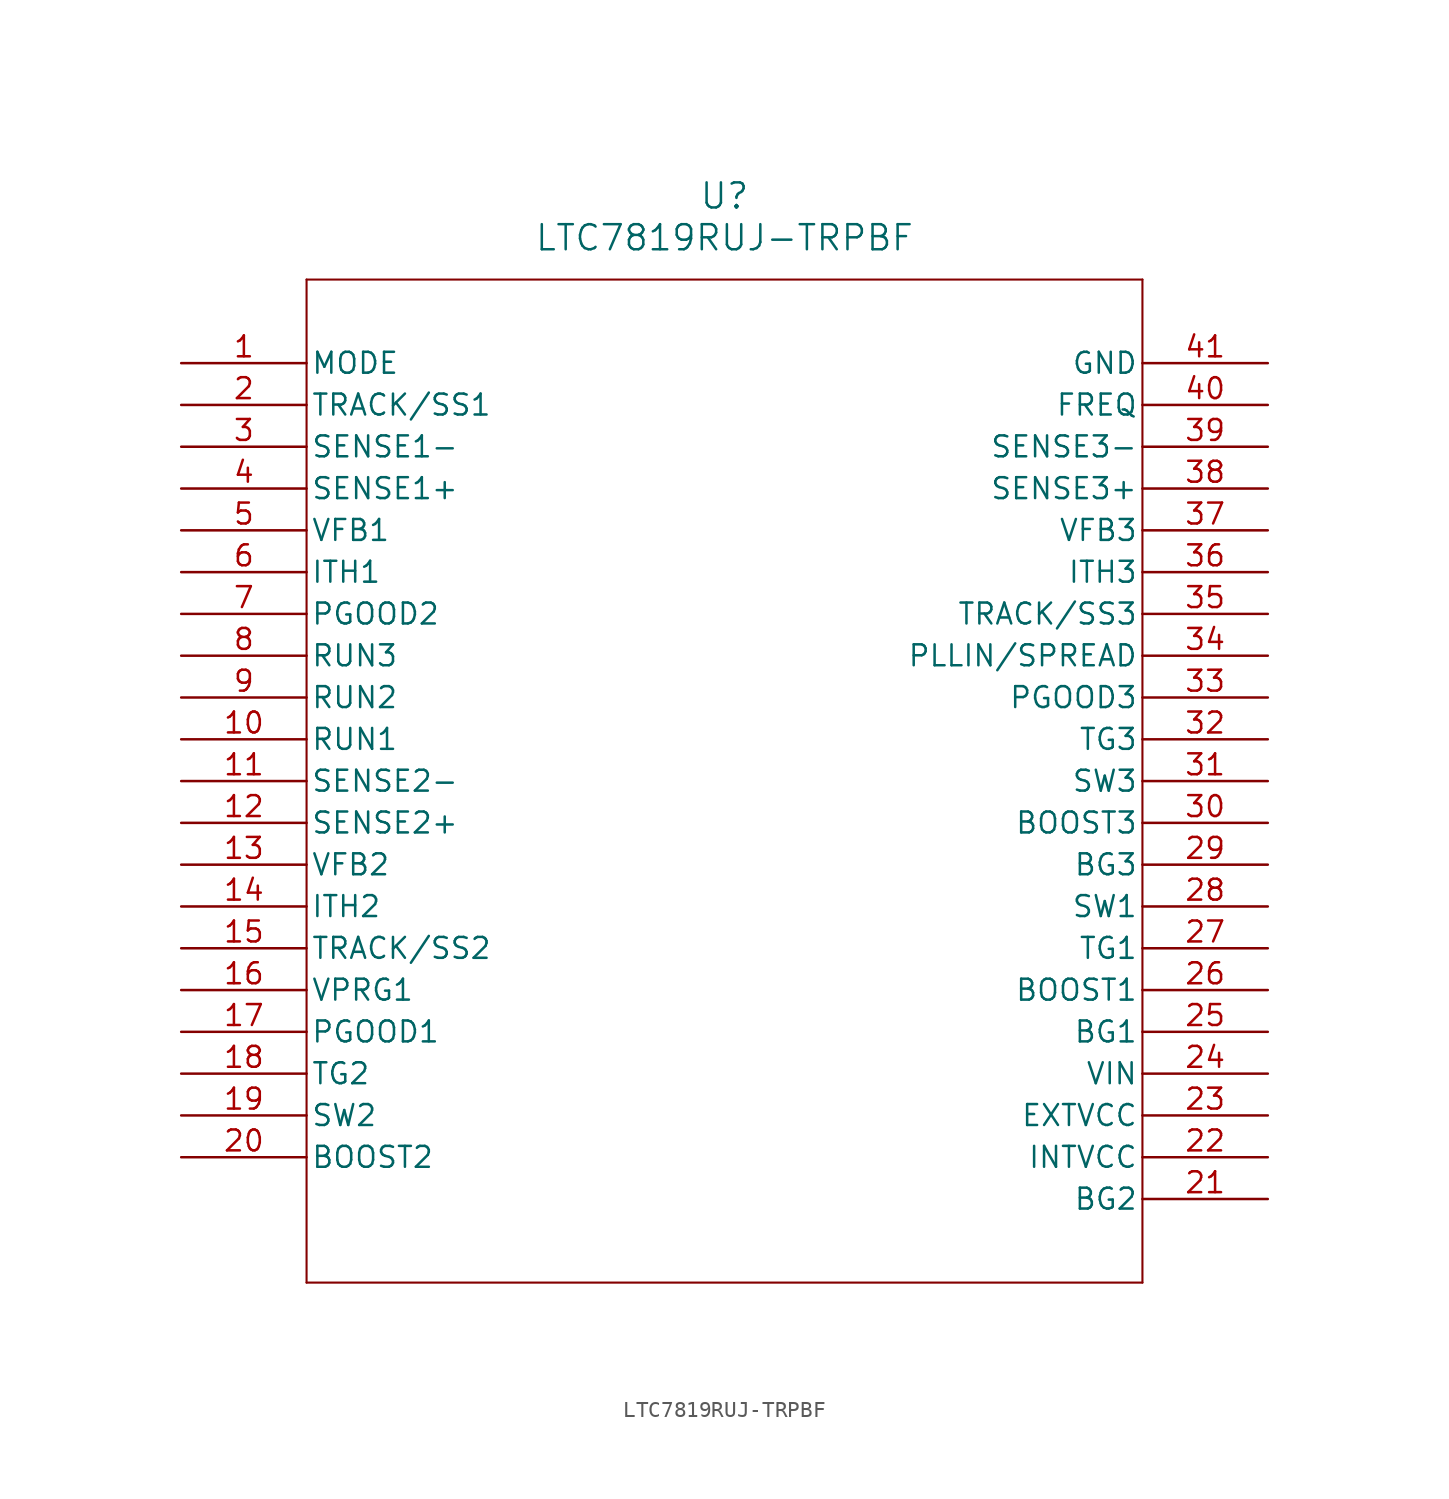
<source format=kicad_sym>
(kicad_symbol_lib
  (version 20220914)
  (generator kicad_symbol_editor)
  (symbol "LTC7819RUJ-TRPBF"
    (pin_names
      (offset 0.254))
    (property "Reference" "U"
      (at 33.02 10.16 0)
      (effects (font (size 1.524 1.524))))
    (property "Value" "LTC7819RUJ-TRPBF"
      (at 33.02 7.62 0)
      (effects (font (size 1.524 1.524))))
    (property "ki_locked" ""
      (at 0 0 0)
      (effects (font (size 1.27 1.27))))
    (symbol "LTC7819RUJ-TRPBF_0_1"
      (polyline (pts (xy 7.62 -55.88) (xy 58.42 -55.88)) (stroke (width 0.127) (type default)) (fill (type none)))
      (polyline (pts (xy 7.62 5.08) (xy 7.62 -55.88)) (stroke (width 0.127) (type default)) (fill (type none)))
      (polyline (pts (xy 58.42 -55.88) (xy 58.42 5.08)) (stroke (width 0.127) (type default)) (fill (type none)))
      (polyline (pts (xy 58.42 5.08) (xy 7.62 5.08)) (stroke (width 0.127) (type default)) (fill (type none)))
      (pin input line (at 0 0 0) (length 7.62) (name "MODE" (effects (font (size 1.27 1.27)))) (number "1" (effects (font (size 1.27 1.27)))))
      (pin input line (at 0 -22.86 0) (length 7.62) (name "RUN1" (effects (font (size 1.27 1.27)))) (number "10" (effects (font (size 1.27 1.27)))))
      (pin input line (at 0 -25.4 0) (length 7.62) (name "SENSE2-" (effects (font (size 1.27 1.27)))) (number "11" (effects (font (size 1.27 1.27)))))
      (pin input line (at 0 -27.94 0) (length 7.62) (name "SENSE2+" (effects (font (size 1.27 1.27)))) (number "12" (effects (font (size 1.27 1.27)))))
      (pin input line (at 0 -30.48 0) (length 7.62) (name "VFB2" (effects (font (size 1.27 1.27)))) (number "13" (effects (font (size 1.27 1.27)))))
      (pin output line (at 0 -33.02 0) (length 7.62) (name "ITH2" (effects (font (size 1.27 1.27)))) (number "14" (effects (font (size 1.27 1.27)))))
      (pin input line (at 0 -35.56 0) (length 7.62) (name "TRACK/SS2" (effects (font (size 1.27 1.27)))) (number "15" (effects (font (size 1.27 1.27)))))
      (pin unspecified line (at 0 -38.1 0) (length 7.62) (name "VPRG1" (effects (font (size 1.27 1.27)))) (number "16" (effects (font (size 1.27 1.27)))))
      (pin output line (at 0 -40.64 0) (length 7.62) (name "PGOOD1" (effects (font (size 1.27 1.27)))) (number "17" (effects (font (size 1.27 1.27)))))
      (pin power_in line (at 0 -43.18 0) (length 7.62) (name "TG2" (effects (font (size 1.27 1.27)))) (number "18" (effects (font (size 1.27 1.27)))))
      (pin power_in line (at 0 -45.72 0) (length 7.62) (name "SW2" (effects (font (size 1.27 1.27)))) (number "19" (effects (font (size 1.27 1.27)))))
      (pin input line (at 0 -2.54 0) (length 7.62) (name "TRACK/SS1" (effects (font (size 1.27 1.27)))) (number "2" (effects (font (size 1.27 1.27)))))
      (pin power_in line (at 0 -48.26 0) (length 7.62) (name "BOOST2" (effects (font (size 1.27 1.27)))) (number "20" (effects (font (size 1.27 1.27)))))
      (pin power_in line (at 66.04 -50.8 180) (length 7.62) (name "BG2" (effects (font (size 1.27 1.27)))) (number "21" (effects (font (size 1.27 1.27)))))
      (pin power_in line (at 66.04 -48.26 180) (length 7.62) (name "INTVCC" (effects (font (size 1.27 1.27)))) (number "22" (effects (font (size 1.27 1.27)))))
      (pin power_in line (at 66.04 -45.72 180) (length 7.62) (name "EXTVCC" (effects (font (size 1.27 1.27)))) (number "23" (effects (font (size 1.27 1.27)))))
      (pin power_in line (at 66.04 -43.18 180) (length 7.62) (name "VIN" (effects (font (size 1.27 1.27)))) (number "24" (effects (font (size 1.27 1.27)))))
      (pin power_in line (at 66.04 -40.64 180) (length 7.62) (name "BG1" (effects (font (size 1.27 1.27)))) (number "25" (effects (font (size 1.27 1.27)))))
      (pin power_in line (at 66.04 -38.1 180) (length 7.62) (name "BOOST1" (effects (font (size 1.27 1.27)))) (number "26" (effects (font (size 1.27 1.27)))))
      (pin power_in line (at 66.04 -35.56 180) (length 7.62) (name "TG1" (effects (font (size 1.27 1.27)))) (number "27" (effects (font (size 1.27 1.27)))))
      (pin power_in line (at 66.04 -33.02 180) (length 7.62) (name "SW1" (effects (font (size 1.27 1.27)))) (number "28" (effects (font (size 1.27 1.27)))))
      (pin power_in line (at 66.04 -30.48 180) (length 7.62) (name "BG3" (effects (font (size 1.27 1.27)))) (number "29" (effects (font (size 1.27 1.27)))))
      (pin input line (at 0 -5.08 0) (length 7.62) (name "SENSE1-" (effects (font (size 1.27 1.27)))) (number "3" (effects (font (size 1.27 1.27)))))
      (pin power_in line (at 66.04 -27.94 180) (length 7.62) (name "BOOST3" (effects (font (size 1.27 1.27)))) (number "30" (effects (font (size 1.27 1.27)))))
      (pin power_in line (at 66.04 -25.4 180) (length 7.62) (name "SW3" (effects (font (size 1.27 1.27)))) (number "31" (effects (font (size 1.27 1.27)))))
      (pin power_in line (at 66.04 -22.86 180) (length 7.62) (name "TG3" (effects (font (size 1.27 1.27)))) (number "32" (effects (font (size 1.27 1.27)))))
      (pin output line (at 66.04 -20.32 180) (length 7.62) (name "PGOOD3" (effects (font (size 1.27 1.27)))) (number "33" (effects (font (size 1.27 1.27)))))
      (pin unspecified line (at 66.04 -17.78 180) (length 7.62) (name "PLLIN/SPREAD" (effects (font (size 1.27 1.27)))) (number "34" (effects (font (size 1.27 1.27)))))
      (pin input line (at 66.04 -15.24 180) (length 7.62) (name "TRACK/SS3" (effects (font (size 1.27 1.27)))) (number "35" (effects (font (size 1.27 1.27)))))
      (pin output line (at 66.04 -12.7 180) (length 7.62) (name "ITH3" (effects (font (size 1.27 1.27)))) (number "36" (effects (font (size 1.27 1.27)))))
      (pin input line (at 66.04 -10.16 180) (length 7.62) (name "VFB3" (effects (font (size 1.27 1.27)))) (number "37" (effects (font (size 1.27 1.27)))))
      (pin input line (at 66.04 -7.62 180) (length 7.62) (name "SENSE3+" (effects (font (size 1.27 1.27)))) (number "38" (effects (font (size 1.27 1.27)))))
      (pin input line (at 66.04 -5.08 180) (length 7.62) (name "SENSE3-" (effects (font (size 1.27 1.27)))) (number "39" (effects (font (size 1.27 1.27)))))
      (pin input line (at 0 -7.62 0) (length 7.62) (name "SENSE1+" (effects (font (size 1.27 1.27)))) (number "4" (effects (font (size 1.27 1.27)))))
      (pin unspecified line (at 66.04 -2.54 180) (length 7.62) (name "FREQ" (effects (font (size 1.27 1.27)))) (number "40" (effects (font (size 1.27 1.27)))))
      (pin power_out line (at 66.04 0 180) (length 7.62) (name "GND" (effects (font (size 1.27 1.27)))) (number "41" (effects (font (size 1.27 1.27)))))
      (pin input line (at 0 -10.16 0) (length 7.62) (name "VFB1" (effects (font (size 1.27 1.27)))) (number "5" (effects (font (size 1.27 1.27)))))
      (pin output line (at 0 -12.7 0) (length 7.62) (name "ITH1" (effects (font (size 1.27 1.27)))) (number "6" (effects (font (size 1.27 1.27)))))
      (pin output line (at 0 -15.24 0) (length 7.62) (name "PGOOD2" (effects (font (size 1.27 1.27)))) (number "7" (effects (font (size 1.27 1.27)))))
      (pin bidirectional line (at 0 -17.78 0) (length 7.62) (name "RUN3" (effects (font (size 1.27 1.27)))) (number "8" (effects (font (size 1.27 1.27)))))
      (pin input line (at 0 -20.32 0) (length 7.62) (name "RUN2" (effects (font (size 1.27 1.27)))) (number "9" (effects (font (size 1.27 1.27))))))))
</source>
